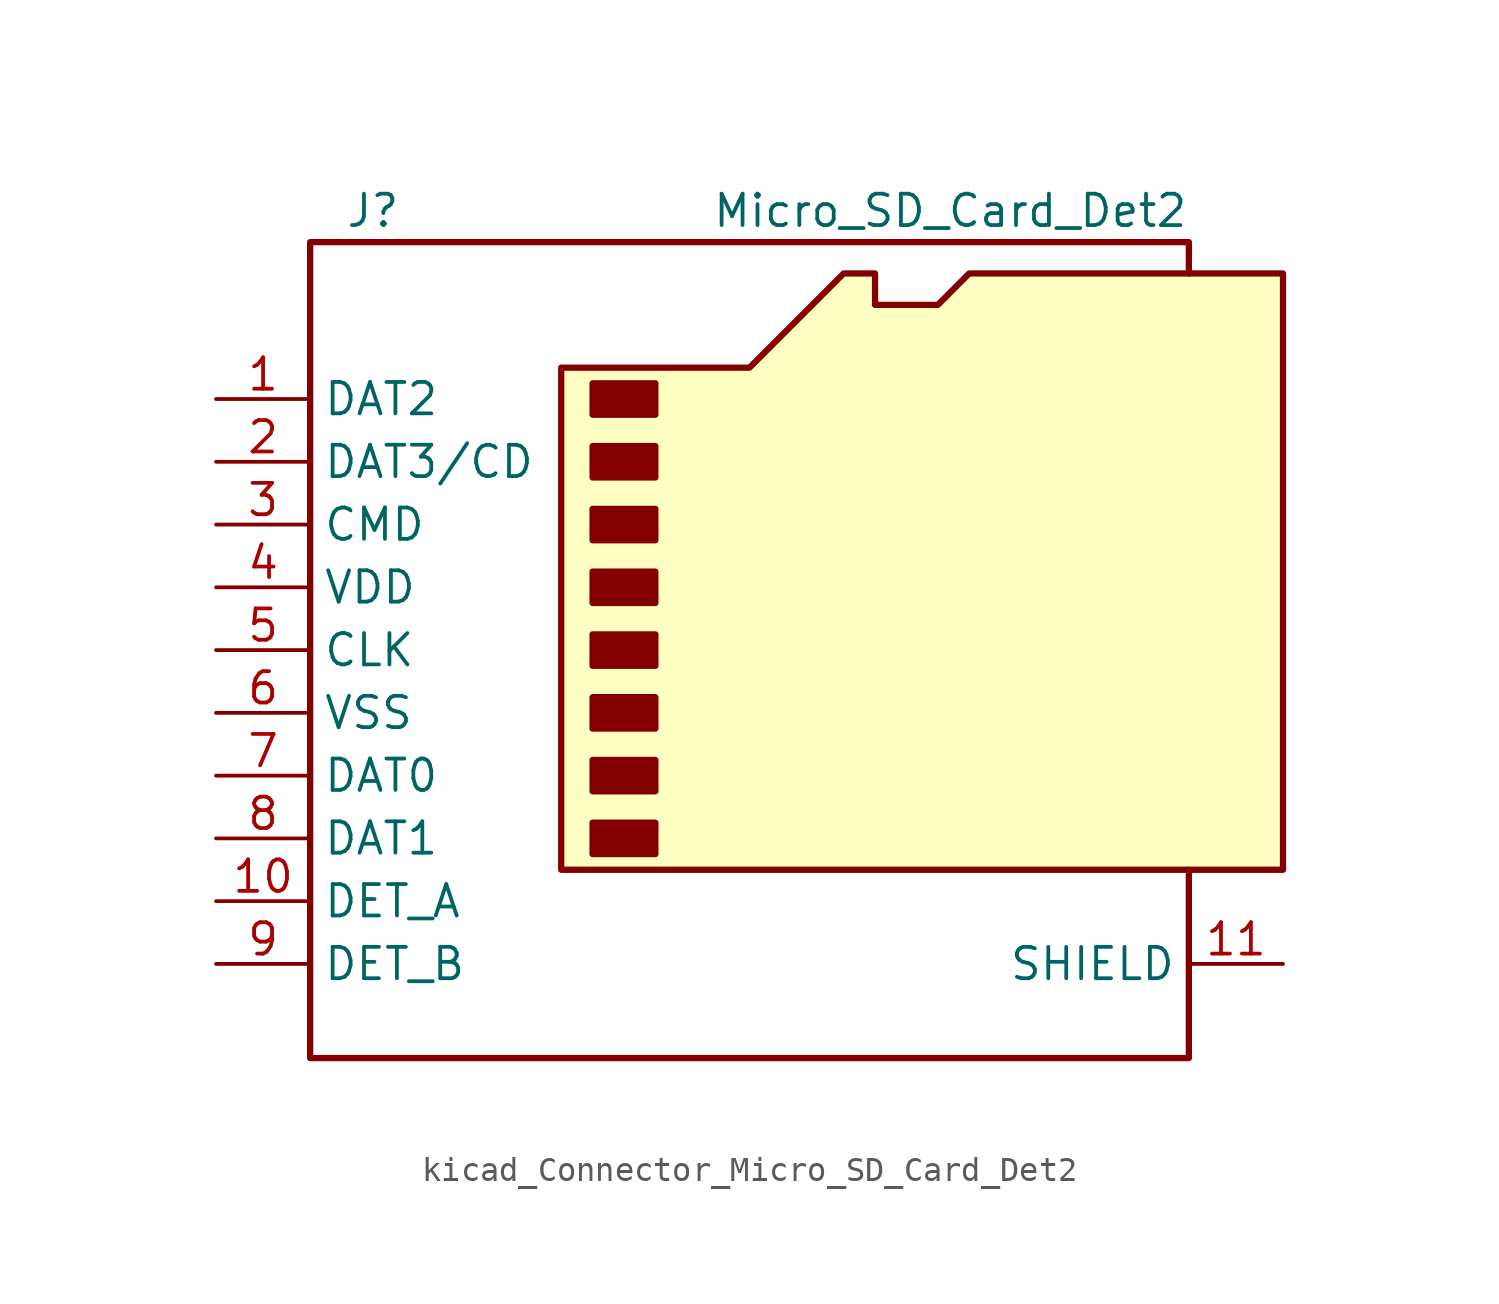
<source format=kicad_sym>
(kicad_symbol_lib
  (version 20220914)
  (generator kicad_symbol_editor)
  (symbol "kicad_Connector_Micro_SD_Card_Det2"
    (property "Reference" "J"
      (at -16.51 17.78 0)
      (effects (font (size 1.27 1.27))))
    (property "Value" "Micro_SD_Card_Det2"
      (at 16.51 17.78 0)
      (effects (font (size 1.27 1.27)) (justify right)))
    (symbol "kicad_Connector_Micro_SD_Card_Det2_0_1"
      (rectangle (start -7.62 -6.985) (end -5.08 -8.255) (stroke (width 0.254) (type default)) (fill (type outline)))
      (rectangle (start -7.62 -4.445) (end -5.08 -5.715) (stroke (width 0.254) (type default)) (fill (type outline)))
      (rectangle (start -7.62 -1.905) (end -5.08 -3.175) (stroke (width 0.254) (type default)) (fill (type outline)))
      (rectangle (start -7.62 0.635) (end -5.08 -0.635) (stroke (width 0.254) (type default)) (fill (type outline)))
      (rectangle (start -7.62 3.175) (end -5.08 1.905) (stroke (width 0.254) (type default)) (fill (type outline)))
      (rectangle (start -7.62 5.715) (end -5.08 4.445) (stroke (width 0.254) (type default)) (fill (type outline)))
      (rectangle (start -7.62 8.255) (end -5.08 6.985) (stroke (width 0.254) (type default)) (fill (type outline)))
      (rectangle (start -7.62 10.795) (end -5.08 9.525) (stroke (width 0.254) (type default)) (fill (type outline)))
      (polyline (pts (xy 16.51 15.24) (xy 16.51 16.51) (xy -19.05 16.51) (xy -19.05 -16.51) (xy 16.51 -16.51) (xy 16.51 -8.89)) (stroke (width 0.254) (type default)) (fill (type none)))
      (polyline (pts (xy -8.89 -8.89) (xy -8.89 11.43) (xy -1.27 11.43) (xy 2.54 15.24) (xy 3.81 15.24) (xy 3.81 13.97) (xy 6.35 13.97) (xy 7.62 15.24) (xy 20.32 15.24) (xy 20.32 -8.89) (xy -8.89 -8.89)) (stroke (width 0.254) (type default)) (fill (type background))))
    (symbol "kicad_Connector_Micro_SD_Card_Det2_1_1"
      (pin bidirectional line (at -22.86 10.16 0) (length 3.81) (name "DAT2" (effects (font (size 1.27 1.27)))) (number "1" (effects (font (size 1.27 1.27)))))
      (pin passive line (at -22.86 -10.16 0) (length 3.81) (name "DET_A" (effects (font (size 1.27 1.27)))) (number "10" (effects (font (size 1.27 1.27)))))
      (pin passive line (at 20.32 -12.7 180) (length 3.81) (name "SHIELD" (effects (font (size 1.27 1.27)))) (number "11" (effects (font (size 1.27 1.27)))))
      (pin bidirectional line (at -22.86 7.62 0) (length 3.81) (name "DAT3/CD" (effects (font (size 1.27 1.27)))) (number "2" (effects (font (size 1.27 1.27)))))
      (pin input line (at -22.86 5.08 0) (length 3.81) (name "CMD" (effects (font (size 1.27 1.27)))) (number "3" (effects (font (size 1.27 1.27)))))
      (pin power_in line (at -22.86 2.54 0) (length 3.81) (name "VDD" (effects (font (size 1.27 1.27)))) (number "4" (effects (font (size 1.27 1.27)))))
      (pin input line (at -22.86 0 0) (length 3.81) (name "CLK" (effects (font (size 1.27 1.27)))) (number "5" (effects (font (size 1.27 1.27)))))
      (pin power_in line (at -22.86 -2.54 0) (length 3.81) (name "VSS" (effects (font (size 1.27 1.27)))) (number "6" (effects (font (size 1.27 1.27)))))
      (pin bidirectional line (at -22.86 -5.08 0) (length 3.81) (name "DAT0" (effects (font (size 1.27 1.27)))) (number "7" (effects (font (size 1.27 1.27)))))
      (pin bidirectional line (at -22.86 -7.62 0) (length 3.81) (name "DAT1" (effects (font (size 1.27 1.27)))) (number "8" (effects (font (size 1.27 1.27)))))
      (pin passive line (at -22.86 -12.7 0) (length 3.81) (name "DET_B" (effects (font (size 1.27 1.27)))) (number "9" (effects (font (size 1.27 1.27))))))))
</source>
